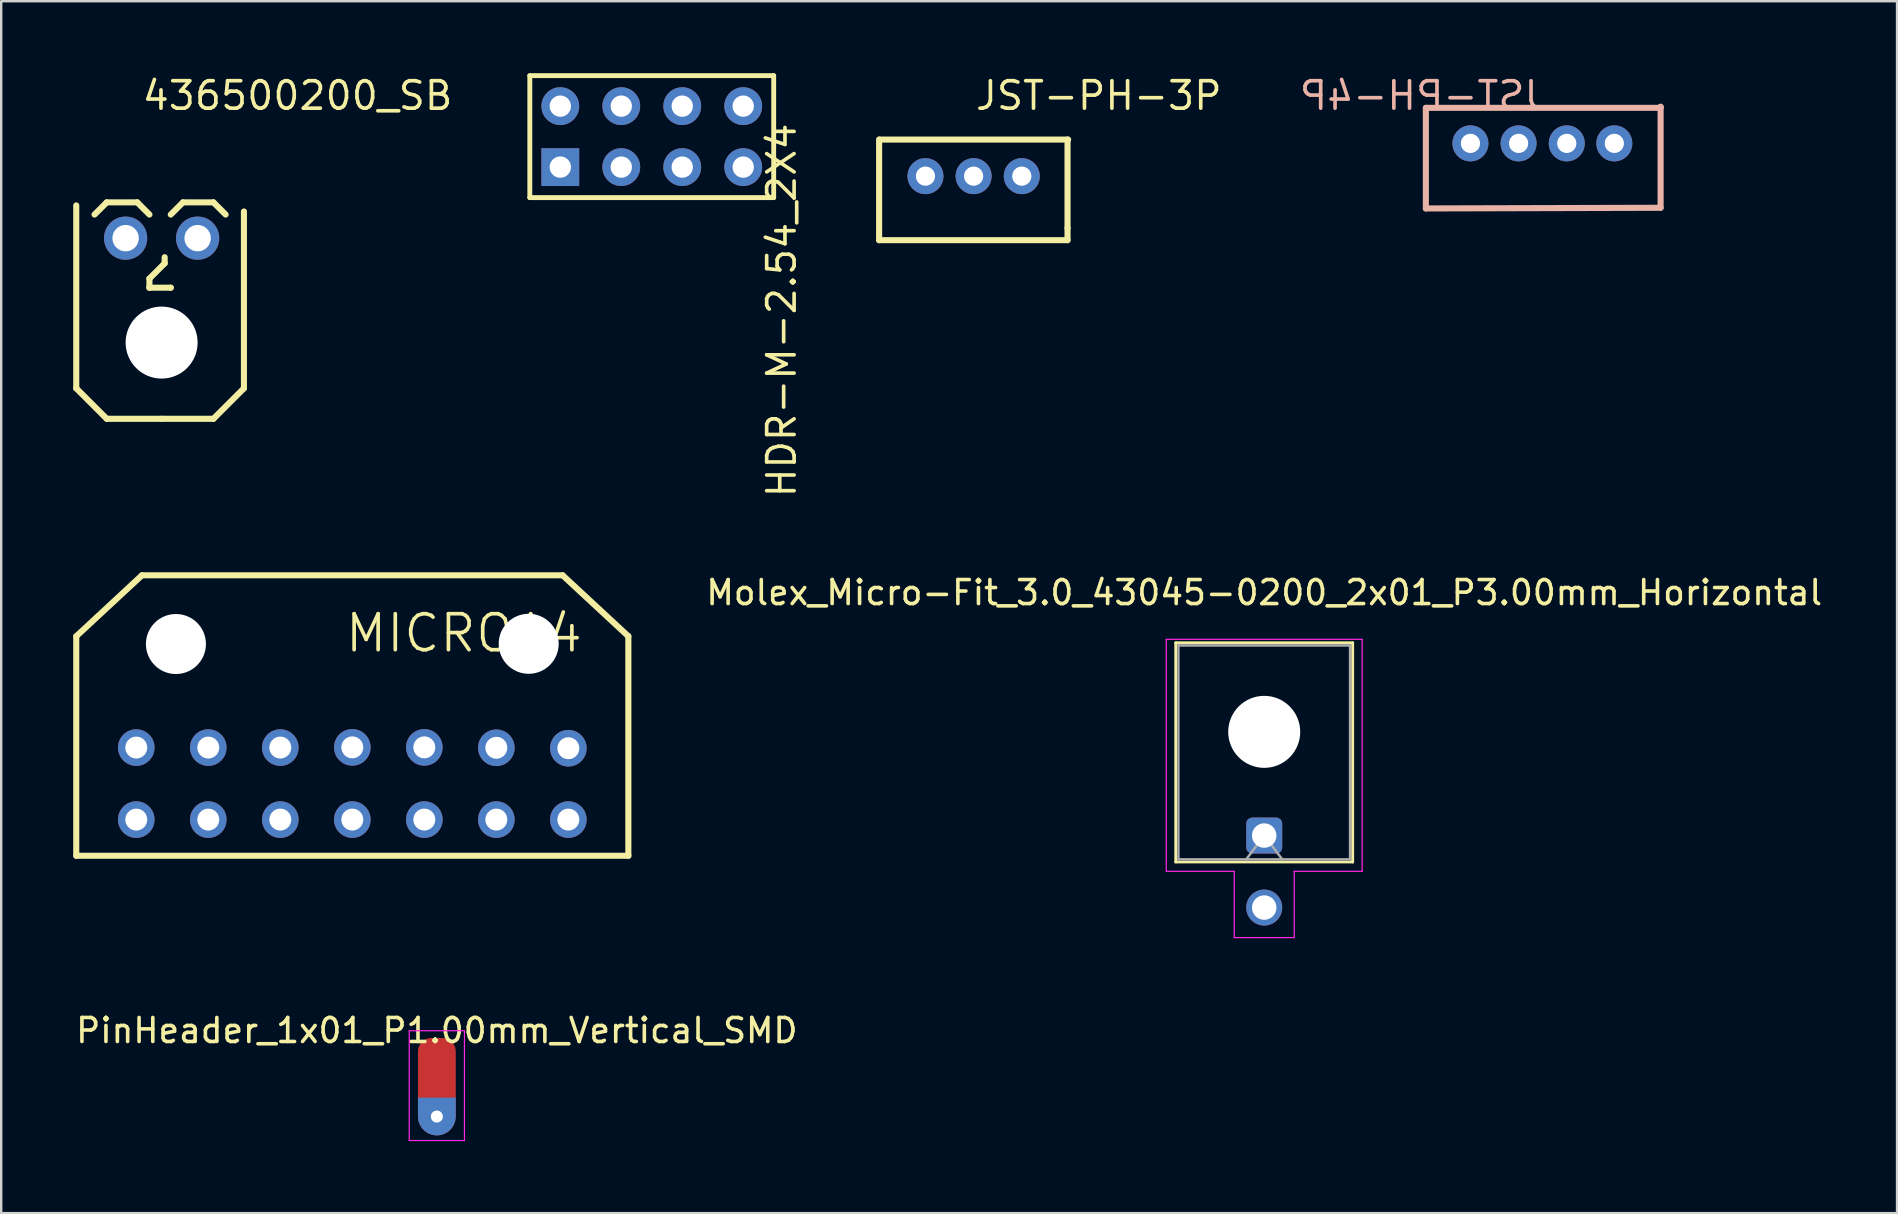
<source format=kicad_pcb>
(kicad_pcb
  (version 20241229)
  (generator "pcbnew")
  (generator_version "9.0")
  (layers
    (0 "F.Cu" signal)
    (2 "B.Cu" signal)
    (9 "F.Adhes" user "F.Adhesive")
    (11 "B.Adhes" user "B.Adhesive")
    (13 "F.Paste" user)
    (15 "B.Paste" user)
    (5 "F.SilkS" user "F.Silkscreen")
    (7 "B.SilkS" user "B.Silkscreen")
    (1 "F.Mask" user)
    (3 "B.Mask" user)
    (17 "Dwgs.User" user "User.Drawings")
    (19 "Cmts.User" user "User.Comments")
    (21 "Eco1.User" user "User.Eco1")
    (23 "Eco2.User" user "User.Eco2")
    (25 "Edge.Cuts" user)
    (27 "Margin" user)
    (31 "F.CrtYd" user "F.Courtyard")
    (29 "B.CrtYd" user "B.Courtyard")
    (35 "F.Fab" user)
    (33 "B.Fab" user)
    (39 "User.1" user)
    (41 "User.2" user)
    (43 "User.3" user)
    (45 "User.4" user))
  (footprint "MICRO14"
    (layer "F.Cu")
    (at 11.627 28.537)
    (property "Reference" "MICRO14" (at -0.381 -5.207 0) (layer "F.SilkS") (effects (font (size 1.5 1.5) (thickness 0.152)) (justify left)))
    (attr through_hole)
    (fp_line (start -11.5 -5.08) (end -11.5 4.064) (stroke (width 0.254) (type solid)) (layer "F.SilkS"))
    (fp_line (start -11.5 4.064) (end 11.5 4.064) (stroke (width 0.254) (type solid)) (layer "F.SilkS"))
    (fp_line (start -8.763 -7.62) (end -11.5 -5.08) (stroke (width 0.254) (type solid)) (layer "F.SilkS"))
    (fp_line (start 8.763 -7.62) (end -8.763 -7.62) (stroke (width 0.254) (type solid)) (layer "F.SilkS"))
    (fp_line (start 11.5 -5.08) (end 8.763 -7.62) (stroke (width 0.254) (type solid)) (layer "F.SilkS"))
    (fp_line (start 11.5 4.064) (end 11.5 -5.08) (stroke (width 0.254) (type solid)) (layer "F.SilkS"))
    (pad "" np_thru_hole circle (at -7.348 -4.757 90) (size 2.5 2.5) (drill 2.5) (layers "*.Cu" "*.Mask"))
    (pad "" np_thru_hole circle (at 7.348 -4.767 90) (size 2.5 2.5) (drill 2.5) (layers "*.Cu" "*.Mask"))
    (pad "1" thru_hole circle (at -9 -0.443) (size 1.524 1.524) (drill 0.914) (layers "*.Cu" "*.Mask"))
    (pad "2" thru_hole circle (at -6 -0.443) (size 1.524 1.524) (drill 0.914) (layers "*.Cu" "*.Mask"))
    (pad "3" thru_hole circle (at -3 -0.443) (size 1.524 1.524) (drill 0.914) (layers "*.Cu" "*.Mask"))
    (pad "4" thru_hole circle (at 0 -0.452) (size 1.524 1.524) (drill 0.914) (layers "*.Cu" "*.Mask"))
    (pad "5" thru_hole circle (at 3 -0.452) (size 1.524 1.524) (drill 0.914) (layers "*.Cu" "*.Mask"))
    (pad "6" thru_hole circle (at 6 -0.435) (size 1.524 1.524) (drill 0.914) (layers "*.Cu" "*.Mask"))
    (pad "7" thru_hole circle (at 9 -0.416) (size 1.524 1.524) (drill 0.914) (layers "*.Cu" "*.Mask"))
    (pad "8" thru_hole circle (at 9 2.557) (size 1.524 1.524) (drill 0.914) (layers "*.Cu" "*.Mask" "B.Paste"))
    (pad "9" thru_hole circle (at 6 2.557) (size 1.524 1.524) (drill 0.914) (layers "*.Cu" "*.Mask"))
    (pad "10" thru_hole circle (at 3 2.557) (size 1.524 1.524) (drill 0.914) (layers "*.Cu" "*.Mask"))
    (pad "11" thru_hole circle (at 0 2.557) (size 1.524 1.524) (drill 0.914) (layers "*.Cu" "*.Mask"))
    (pad "12" thru_hole circle (at -3 2.557) (size 1.524 1.524) (drill 0.914) (layers "*.Cu" "*.Mask"))
    (pad "13" thru_hole circle (at -6 2.557) (size 1.524 1.524) (drill 0.914) (layers "*.Cu" "*.Mask"))
    (pad "14" thru_hole circle (at -9 2.557) (size 1.524 1.524) (drill 0.914) (layers "*.Cu" "*.Mask")))
  (footprint "PinHeader_1x01_P1.00mm_Vertical_SMD"
    (layer "F.Cu")
    (at 15.149 41.965)
    (property "Reference" "PinHeader_1x01_P1.00mm_Vertical_SMD" (at 0 -2.083 0) (layer "F.SilkS") (effects (font (size 1 1) (thickness 0.15))))
    (attr through_hole)
    (fp_line (start -1.15 -2.075) (end -1.15 2.5) (stroke (width 0.05) (type solid)) (layer "F.CrtYd"))
    (fp_line (start -1.15 2.5) (end 1.15 2.5) (stroke (width 0.05) (type solid)) (layer "F.CrtYd"))
    (fp_line (start 1.15 -2.075) (end -1.15 -2.075) (stroke (width 0.05) (type solid)) (layer "F.CrtYd"))
    (fp_line (start 1.15 2.5) (end 1.15 -2.075) (stroke (width 0.05) (type solid)) (layer "F.CrtYd"))
    (pad "1" smd roundrect (at 0 -0.523 180) (size 1.575 2.5) (layers "F.Cu" "F.Mask") (roundrect_rratio 0.35) (chamfer_ratio 0) (chamfer top_left top_right))
    (pad "1" thru_hole roundrect (at 0 1.5 180) (size 1.575 1.575) (drill 0.5) (layers "*.Cu" "*.Mask") (roundrect_rratio 0.5) (chamfer_ratio 0) (chamfer bottom_left bottom_right)))
  (footprint "JST-PH-4P"
    (layer "F.Cu")
    (at 60.923 2.713)
    (property "Reference" "JST-PH-4P" (at 0.508 -1.778 0) (layer "B.SilkS") (effects (font (size 1.143 1.143) (thickness 0.152)) (justify left mirror)))
    (attr through_hole)
    (fp_line (start -4.572 -1.27) (end 5.207 -1.27) (stroke (width 0.254) (type solid)) (layer "B.SilkS"))
    (fp_line (start -4.572 2.921) (end -4.572 -1.27) (stroke (width 0.254) (type solid)) (layer "B.SilkS"))
    (fp_line (start -4.572 2.921) (end 5.207 2.893) (stroke (width 0.254) (type solid)) (layer "B.SilkS"))
    (fp_line (start 5.207 -1.313) (end 5.207 -1.297) (stroke (width 0.254) (type solid)) (layer "B.SilkS"))
    (fp_line (start 5.207 2.893) (end 5.207 -1.313) (stroke (width 0.254) (type solid)) (layer "B.SilkS"))
    (pad "1" thru_hole circle (at 3.279 0.21 90) (size 1.5 1.5) (drill 0.8) (layers "*.Cu" "*.Mask"))
    (pad "2" thru_hole circle (at 1.298 0.21 90) (size 1.5 1.5) (drill 0.8) (layers "*.Cu" "*.Mask"))
    (pad "3" thru_hole circle (at -0.709 0.21 90) (size 1.5 1.5) (drill 0.8) (layers "*.Cu" "*.Mask"))
    (pad "4" thru_hole circle (at -2.715 0.21 90) (size 1.5 1.5) (drill 0.8) (layers "*.Cu" "*.Mask")))
  (footprint "JST-PH-3P"
    (layer "F.Cu")
    (at 35.987 4.491)
    (property "Reference" "JST-PH-3P" (at 1.524 -3.556 0) (layer "F.SilkS") (effects (font (size 1.143 1.143) (thickness 0.152)) (justify left)))
    (attr through_hole)
    (fp_line (start -2.413 2.464) (end -2.413 -1.727) (stroke (width 0.254) (type solid)) (layer "F.SilkS"))
    (fp_line (start 5.436 1.956) (end 5.436 -1.727) (stroke (width 0.254) (type solid)) (layer "F.SilkS"))
    (fp_line (start 5.436 1.956) (end 5.436 2.464) (stroke (width 0.254) (type solid)) (layer "F.SilkS"))
    (fp_line (start 5.436 2.464) (end -2.413 2.464) (stroke (width 0.254) (type solid)) (layer "F.SilkS"))
    (fp_line (start 5.461 -1.727) (end -2.388 -1.727) (stroke (width 0.254) (type solid)) (layer "F.SilkS"))
    (pad "1" thru_hole circle (at 3.531 -0.203 90) (size 1.5 1.5) (drill 0.8) (layers "*.Cu" "*.Mask"))
    (pad "2" thru_hole circle (at 1.524 -0.203 90) (size 1.5 1.5) (drill 0.8) (layers "*.Cu" "*.Mask"))
    (pad "3" thru_hole circle (at -0.483 -0.203 90) (size 1.5 1.5) (drill 0.8) (layers "*.Cu" "*.Mask")))
  (footprint "HDR-M-2.54_2X4"
    (layer "F.Cu")
    (at 24.102 2.642)
    (property "Reference" "HDR-M-2.54_2X4" (at 5.409 -0.645 90) (layer "F.SilkS") (effects (font (size 1.143 1.143) (thickness 0.152)) (justify right)))
    (attr through_hole)
    (fp_line (start -5.08 -2.54) (end -5.08 2.54) (stroke (width 0.203) (type solid)) (layer "F.SilkS"))
    (fp_line (start -5.08 2.54) (end 5.08 2.54) (stroke (width 0.203) (type solid)) (layer "F.SilkS"))
    (fp_line (start 5.08 -2.54) (end -5.08 -2.54) (stroke (width 0.203) (type solid)) (layer "F.SilkS"))
    (fp_line (start 5.08 2.54) (end 5.08 -2.54) (stroke (width 0.203) (type solid)) (layer "F.SilkS"))
    (pad "1" thru_hole rect (at -3.81 1.27) (size 1.575 1.575) (drill 0.889) (layers "*.Cu" "*.Mask"))
    (pad "2" thru_hole circle (at -3.81 -1.27) (size 1.575 1.575) (drill 0.889) (layers "*.Cu" "*.Mask"))
    (pad "3" thru_hole circle (at -1.27 1.27) (size 1.575 1.575) (drill 0.889) (layers "*.Cu" "*.Mask"))
    (pad "4" thru_hole circle (at -1.27 -1.27) (size 1.575 1.575) (drill 0.889) (layers "*.Cu" "*.Mask"))
    (pad "5" thru_hole circle (at 1.27 1.27) (size 1.575 1.575) (drill 0.889) (layers "*.Cu" "*.Mask"))
    (pad "6" thru_hole circle (at 1.27 -1.27) (size 1.575 1.575) (drill 0.889) (layers "*.Cu" "*.Mask"))
    (pad "7" thru_hole circle (at 3.81 1.27) (size 1.575 1.575) (drill 0.889) (layers "*.Cu" "*.Mask"))
    (pad "8" thru_hole circle (at 3.81 -1.27) (size 1.575 1.575) (drill 0.889) (layers "*.Cu" "*.Mask")))
  (footprint "Molex_Micro-Fit_3.0_43045-0200_2x01_P3.00mm_Horizontal"
    (layer "F.Cu")
    (at 49.617 31.759)
    (property "Reference" "Molex_Micro-Fit_3.0_43045-0200_2x01_P3.00mm_Horizontal" (at 0 -10.12 180) (layer "F.SilkS") (effects (font (size 1 1) (thickness 0.15))))
    (attr through_hole)
    (fp_line (start -3.685 1.1) (end -3.685 -8.03) (stroke (width 0.12) (type solid)) (layer "F.SilkS"))
    (fp_line (start 3.685 -8.03) (end -3.685 -8.03) (stroke (width 0.12) (type solid)) (layer "F.SilkS"))
    (fp_line (start 3.685 -8.03) (end 3.685 1.1) (stroke (width 0.12) (type solid)) (layer "F.SilkS"))
    (fp_line (start 3.685 1.1) (end -3.685 1.1) (stroke (width 0.12) (type solid)) (layer "F.SilkS"))
    (fp_line (start -4.08 -8.175) (end 4.08 -8.175) (stroke (width 0.05) (type solid)) (layer "F.CrtYd"))
    (fp_line (start -4.08 1.49) (end -4.08 -8.175) (stroke (width 0.05) (type solid)) (layer "F.CrtYd"))
    (fp_line (start -1.25 1.49) (end -4.08 1.49) (stroke (width 0.05) (type solid)) (layer "F.CrtYd"))
    (fp_line (start -1.25 4.25) (end -1.25 1.49) (stroke (width 0.05) (type solid)) (layer "F.CrtYd"))
    (fp_line (start 1.25 1.49) (end 1.25 4.25) (stroke (width 0.05) (type solid)) (layer "F.CrtYd"))
    (fp_line (start 1.25 4.25) (end -1.25 4.25) (stroke (width 0.05) (type solid)) (layer "F.CrtYd"))
    (fp_line (start 4.08 -8.175) (end 4.08 1.49) (stroke (width 0.05) (type solid)) (layer "F.CrtYd"))
    (fp_line (start 4.08 1.49) (end 1.25 1.49) (stroke (width 0.05) (type solid)) (layer "F.CrtYd"))
    (fp_line (start -3.575 -7.92) (end 3.575 -7.92) (stroke (width 0.1) (type solid)) (layer "F.Fab"))
    (fp_line (start -3.575 0.99) (end -3.575 -7.92) (stroke (width 0.1) (type solid)) (layer "F.Fab"))
    (fp_line (start -0.75 0.99) (end 0 0) (stroke (width 0.1) (type solid)) (layer "F.Fab"))
    (fp_line (start 0 0) (end 0.75 0.99) (stroke (width 0.1) (type solid)) (layer "F.Fab"))
    (fp_line (start 3.575 -7.92) (end 3.575 0.99) (stroke (width 0.1) (type solid)) (layer "F.Fab"))
    (fp_line (start 3.575 0.99) (end -3.575 0.99) (stroke (width 0.1) (type solid)) (layer "F.Fab"))
    (pad "" np_thru_hole circle (at 0 -4.32) (size 3 3) (drill 3) (layers "*.Cu" "*.Mask"))
    (pad "1" thru_hole roundrect (at 0 0) (size 1.5 1.5) (drill 1.02) (layers "*.Cu" "*.Mask") (roundrect_rratio 0.167))
    (pad "2" thru_hole circle (at 0 3) (size 1.5 1.5) (drill 1.02) (layers "*.Cu" "*.Mask")))
  (footprint "436500200_SB"
    (layer "F.Cu")
    (at 3.302 8.809)
    (property "Reference" "436500200_SB" (at -0.508 -7.874 0) (layer "F.SilkS") (effects (font (size 1.143 1.143) (thickness 0.152)) (justify left)))
    (attr through_hole)
    (fp_line (start -3.175 4.318) (end -3.175 -3.302) (stroke (width 0.254) (type solid)) (layer "F.SilkS"))
    (fp_line (start -1.905 -3.429) (end -2.413 -2.921) (stroke (width 0.254) (type solid)) (layer "F.SilkS"))
    (fp_line (start -1.905 5.588) (end -3.175 4.318) (stroke (width 0.254) (type solid)) (layer "F.SilkS"))
    (fp_line (start -0.635 -3.429) (end -1.905 -3.429) (stroke (width 0.254) (type solid)) (layer "F.SilkS"))
    (fp_line (start -0.127 -2.921) (end -0.635 -3.429) (stroke (width 0.254) (type solid)) (layer "F.SilkS"))
    (fp_line (start -0.127 -0.254) (end -0.127 0.127) (stroke (width 0.254) (type solid)) (layer "F.SilkS"))
    (fp_line (start -0.127 0.127) (end -0.127 0.127) (stroke (width 0.254) (type solid)) (layer "F.SilkS"))
    (fp_line (start -0.127 0.127) (end 0.762 0.127) (stroke (width 0.254) (type solid)) (layer "F.SilkS"))
    (fp_line (start 0.381 5.588) (end -1.905 5.588) (stroke (width 0.254) (type solid)) (layer "F.SilkS"))
    (fp_line (start 0.381 5.588) (end 2.54 5.588) (stroke (width 0.254) (type solid)) (layer "F.SilkS"))
    (fp_line (start 0.508 -1.143) (end 0.508 -0.889) (stroke (width 0.254) (type solid)) (layer "F.SilkS"))
    (fp_line (start 0.508 -0.889) (end -0.127 -0.254) (stroke (width 0.254) (type solid)) (layer "F.SilkS"))
    (fp_line (start 0.762 0.127) (end 0.762 0.127) (stroke (width 0.254) (type solid)) (layer "F.SilkS"))
    (fp_line (start 1.27 -3.429) (end 0.762 -2.921) (stroke (width 0.254) (type solid)) (layer "F.SilkS"))
    (fp_line (start 2.54 -3.429) (end 1.27 -3.429) (stroke (width 0.254) (type solid)) (layer "F.SilkS"))
    (fp_line (start 2.54 5.588) (end 3.81 4.318) (stroke (width 0.254) (type solid)) (layer "F.SilkS"))
    (fp_line (start 3.048 -2.921) (end 2.54 -3.429) (stroke (width 0.254) (type solid)) (layer "F.SilkS"))
    (fp_line (start 3.81 4.318) (end 3.81 -3.048) (stroke (width 0.254) (type solid)) (layer "F.SilkS"))
    (pad "" np_thru_hole circle (at 0.381 2.413) (size 3 3) (drill 3) (layers "*.Cu" "*.Mask"))
    (pad "1" thru_hole circle (at 1.881 -1.937 180) (size 1.8 1.8) (drill 1.1) (layers "*.Cu" "*.Mask"))
    (pad "2" thru_hole circle (at -1.119 -1.937 180) (size 1.8 1.8) (drill 1.1) (layers "*.Cu" "*.Mask")))
  (gr_rect
    (start -3 -3)
    (end 75.98 47.49)
    (stroke (width 0.1) (type default))
    (fill no)
    (layer "Edge.Cuts")))
</source>
